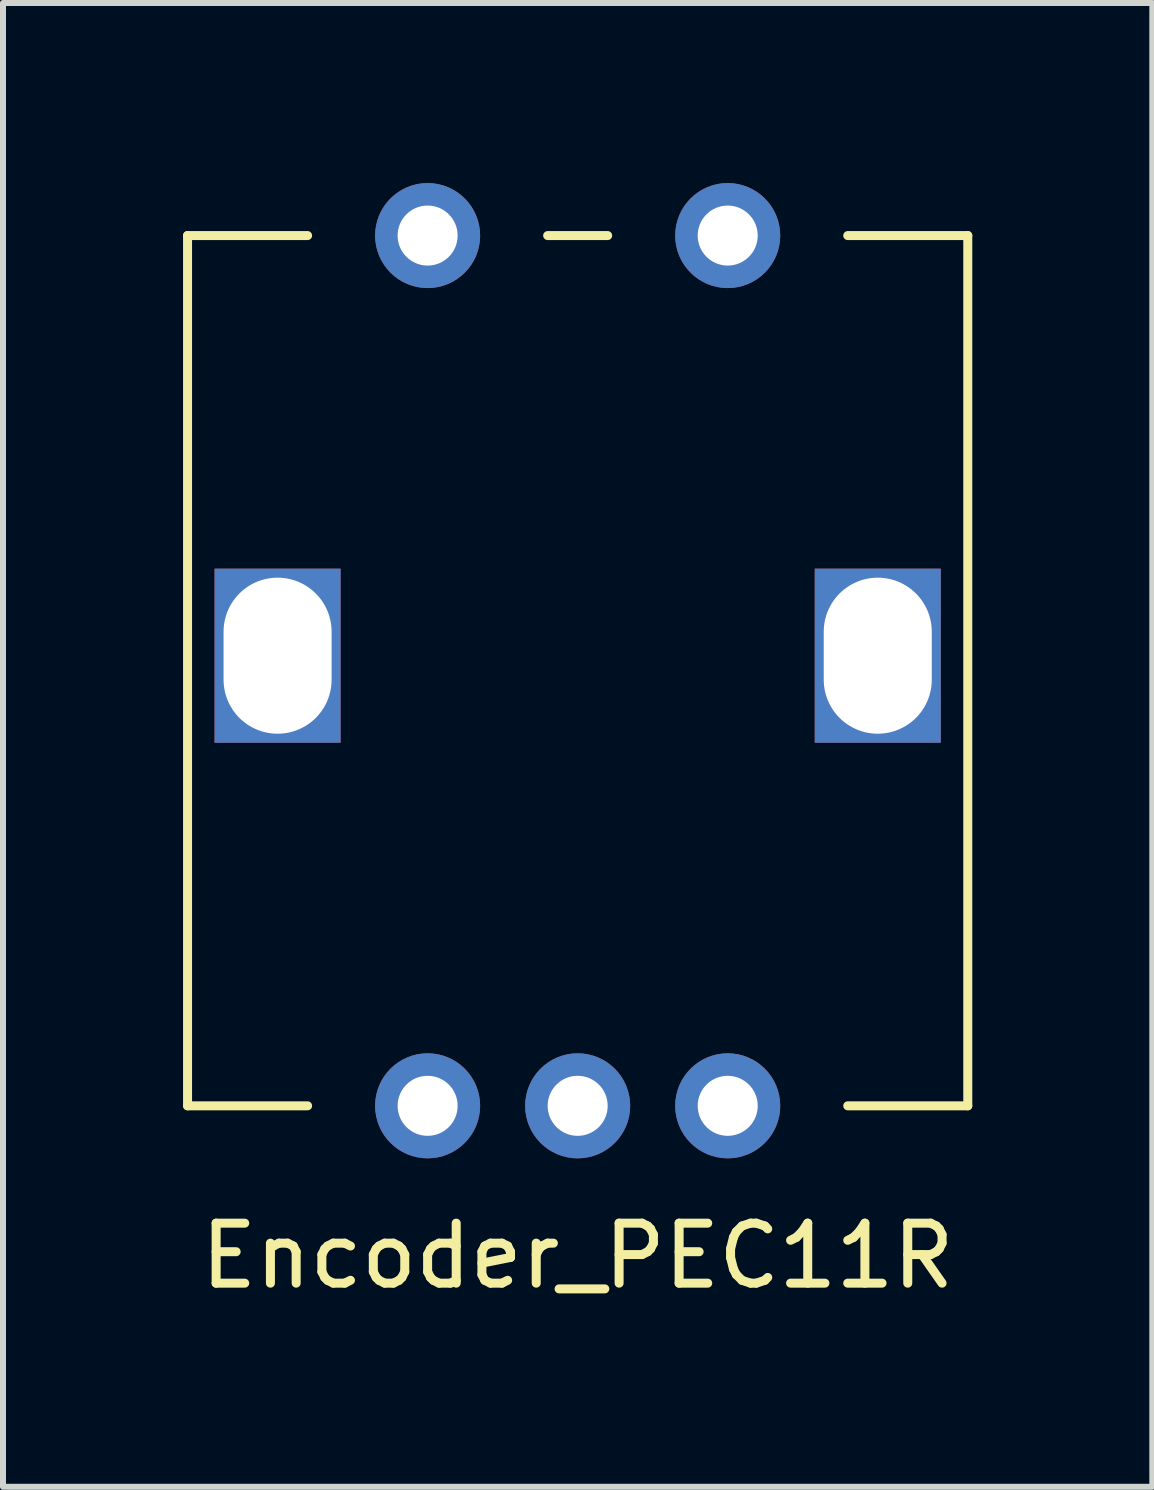
<source format=kicad_pcb>
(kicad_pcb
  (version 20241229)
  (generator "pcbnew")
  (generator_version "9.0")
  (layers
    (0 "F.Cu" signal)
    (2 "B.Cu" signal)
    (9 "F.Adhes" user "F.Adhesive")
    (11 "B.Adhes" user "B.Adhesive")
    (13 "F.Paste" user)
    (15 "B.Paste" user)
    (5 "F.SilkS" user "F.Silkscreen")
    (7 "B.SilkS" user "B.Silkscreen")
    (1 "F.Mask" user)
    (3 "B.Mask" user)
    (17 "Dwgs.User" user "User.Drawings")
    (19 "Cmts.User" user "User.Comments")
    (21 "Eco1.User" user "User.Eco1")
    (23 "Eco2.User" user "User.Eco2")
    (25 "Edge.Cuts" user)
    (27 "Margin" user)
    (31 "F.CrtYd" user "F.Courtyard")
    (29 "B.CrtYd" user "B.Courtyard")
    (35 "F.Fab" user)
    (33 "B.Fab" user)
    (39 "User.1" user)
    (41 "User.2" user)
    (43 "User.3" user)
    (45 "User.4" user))
  (footprint "Encoder_PEC11R"
    (layer "F.Cu")
    (at 6.575 7.875)
    (property "Reference" "Encoder_PEC11R" (at 0 10 0) (layer "F.SilkS") (effects (font (size 1 1) (thickness 0.15))))
    (attr through_hole)
    (fp_line (start -6.5 -7) (end -6.5 7.5) (stroke (width 0.15) (type solid)) (layer "F.SilkS"))
    (fp_line (start -6.5 -7) (end -4.5 -7) (stroke (width 0.15) (type solid)) (layer "F.SilkS"))
    (fp_line (start -6.5 7.5) (end -4.5 7.5) (stroke (width 0.15) (type solid)) (layer "F.SilkS"))
    (fp_line (start -0.5 -7) (end 0.5 -7) (stroke (width 0.15) (type solid)) (layer "F.SilkS"))
    (fp_line (start 4.5 -7) (end 6.5 -7) (stroke (width 0.15) (type solid)) (layer "F.SilkS"))
    (fp_line (start 6.5 -7) (end 6.5 7.5) (stroke (width 0.15) (type solid)) (layer "F.SilkS"))
    (fp_line (start 6.5 7.5) (end 4.5 7.5) (stroke (width 0.15) (type solid)) (layer "F.SilkS"))
    (pad "" np_thru_hole rect (at -5 0) (size 2.1 2.9) (drill oval 1.8 2.6) (layers "*.Cu" "*.Mask"))
    (pad "" np_thru_hole rect (at 5 0) (size 2.1 2.9) (drill oval 1.8 2.6) (layers "*.Cu" "*.Mask"))
    (pad "1" thru_hole circle (at -2.5 7.5) (size 1.75 1.75) (drill 1) (layers "*.Cu" "*.Mask"))
    (pad "2" thru_hole circle (at 0 7.5) (size 1.75 1.75) (drill 1) (layers "*.Cu" "*.Mask"))
    (pad "3" thru_hole circle (at 2.5 7.5) (size 1.75 1.75) (drill 1) (layers "*.Cu" "*.Mask"))
    (pad "4" thru_hole circle (at -2.5 -7) (size 1.75 1.75) (drill 1) (layers "*.Cu" "*.Mask"))
    (pad "5" thru_hole circle (at 2.5 -7) (size 1.75 1.75) (drill 1) (layers "*.Cu" "*.Mask")))
  (gr_rect
    (start -3 -3)
    (end 16.15 21.723)
    (stroke (width 0.1) (type default))
    (fill no)
    (layer "Edge.Cuts")))
</source>
